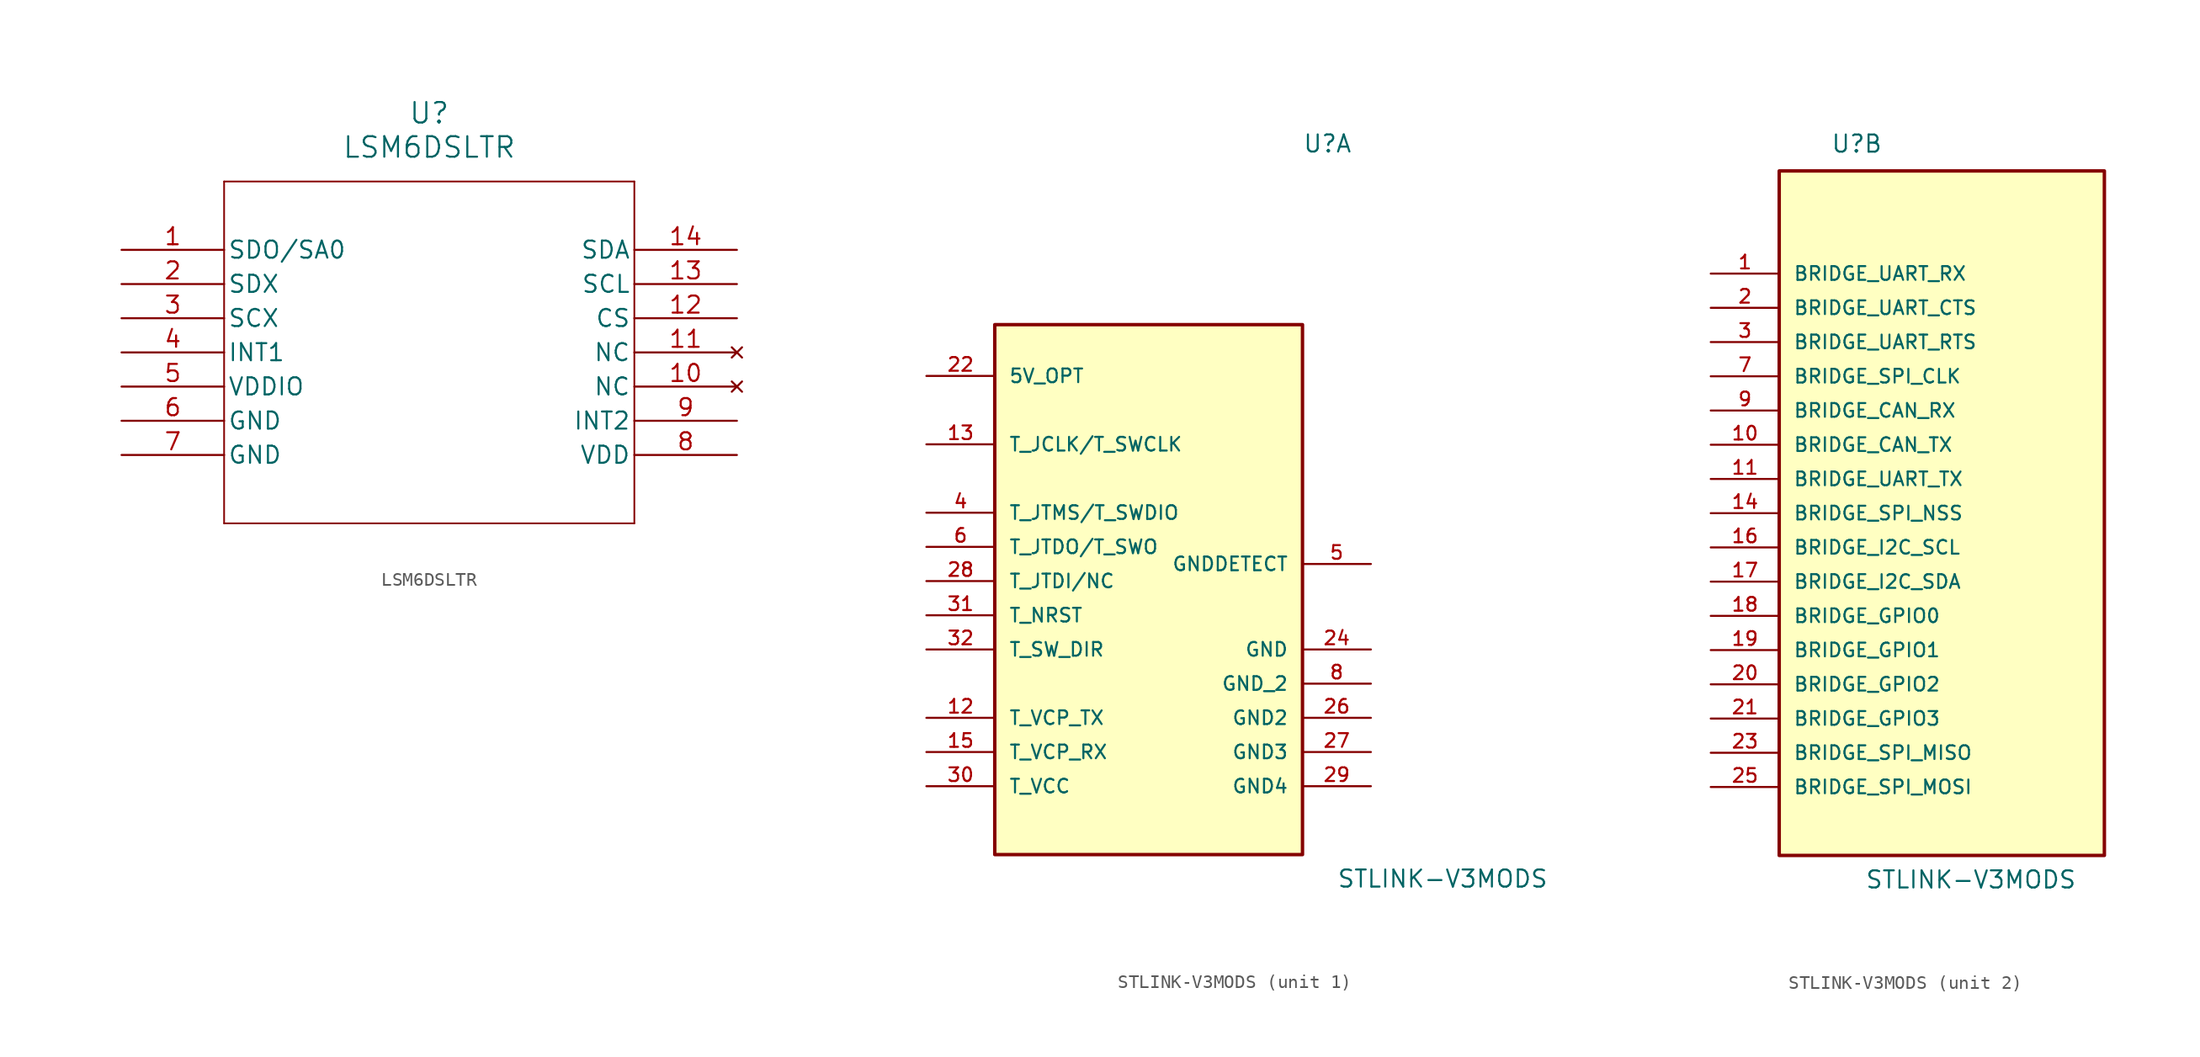
<source format=kicad_sym>
(kicad_symbol_lib
  (version 20220914)
  (generator kicad_symbol_editor)
  (symbol "LSM6DSLTR"
    (pin_names
      (offset 0.254))
    (property "Reference" "U"
      (at 22.86 10.16 0)
      (effects (font (size 1.524 1.524))))
    (property "Value" "LSM6DSLTR"
      (at 22.86 7.62 0)
      (effects (font (size 1.524 1.524))))
    (property "ki_locked" ""
      (at 0 0 0)
      (effects (font (size 1.27 1.27))))
    (symbol "LSM6DSLTR_0_1"
      (polyline (pts (xy 7.62 -20.32) (xy 38.1 -20.32)) (stroke (width 0.127) (type default)) (fill (type none)))
      (polyline (pts (xy 7.62 5.08) (xy 7.62 -20.32)) (stroke (width 0.127) (type default)) (fill (type none)))
      (polyline (pts (xy 38.1 -20.32) (xy 38.1 5.08)) (stroke (width 0.127) (type default)) (fill (type none)))
      (polyline (pts (xy 38.1 5.08) (xy 7.62 5.08)) (stroke (width 0.127) (type default)) (fill (type none)))
      (pin no_connect line (at 45.72 -10.16 180) (length 7.62) (name "NC" (effects (font (size 1.27 1.27)))) (number "10" (effects (font (size 1.27 1.27)))))
      (pin no_connect line (at 45.72 -7.62 180) (length 7.62) (name "NC" (effects (font (size 1.27 1.27)))) (number "11" (effects (font (size 1.27 1.27)))))
      (pin power_in line (at 0 -10.16 0) (length 7.62) (name "VDDIO" (effects (font (size 1.27 1.27)))) (number "5" (effects (font (size 1.27 1.27)))))
      (pin power_in line (at 0 -12.7 0) (length 7.62) (name "GND" (effects (font (size 1.27 1.27)))) (number "6" (effects (font (size 1.27 1.27)))))
      (pin power_in line (at 0 -15.24 0) (length 7.62) (name "GND" (effects (font (size 1.27 1.27)))) (number "7" (effects (font (size 1.27 1.27)))))
      (pin power_in line (at 45.72 -15.24 180) (length 7.62) (name "VDD" (effects (font (size 1.27 1.27)))) (number "8" (effects (font (size 1.27 1.27))))))
    (symbol "LSM6DSLTR_1_1"
      (pin input line (at 0 0 0) (length 7.62) (name "SDO/SA0" (effects (font (size 1.27 1.27)))) (number "1" (effects (font (size 1.27 1.27)))))
      (pin input line (at 45.72 -5.08 180) (length 7.62) (name "CS" (effects (font (size 1.27 1.27)))) (number "12" (effects (font (size 1.27 1.27)))))
      (pin input line (at 45.72 -2.54 180) (length 7.62) (name "SCL" (effects (font (size 1.27 1.27)))) (number "13" (effects (font (size 1.27 1.27)))))
      (pin bidirectional line (at 45.72 0 180) (length 7.62) (name "SDA" (effects (font (size 1.27 1.27)))) (number "14" (effects (font (size 1.27 1.27)))))
      (pin input line (at 0 -2.54 0) (length 7.62) (name "SDX" (effects (font (size 1.27 1.27)))) (number "2" (effects (font (size 1.27 1.27)))))
      (pin input line (at 0 -5.08 0) (length 7.62) (name "SCX" (effects (font (size 1.27 1.27)))) (number "3" (effects (font (size 1.27 1.27)))))
      (pin output line (at 0 -7.62 0) (length 7.62) (name "INT1" (effects (font (size 1.27 1.27)))) (number "4" (effects (font (size 1.27 1.27)))))
      (pin output line (at 45.72 -12.7 180) (length 7.62) (name "INT2" (effects (font (size 1.27 1.27)))) (number "9" (effects (font (size 1.27 1.27)))))))
  (symbol "STLINK-V3MODS"
    (pin_names
      (offset 1.016))
    (property "Reference" "U"
      (at -12.7 26.67 0)
      (effects (font (size 1.27 1.27)) (justify left bottom)))
    (property "Value" "STLINK-V3MODS"
      (at -10.16 -27.94 0)
      (effects (font (size 1.27 1.27)) (justify left bottom)))
    (property "ki_locked" ""
      (at 0 0 0)
      (effects (font (size 1.27 1.27))))
    (symbol "STLINK-V3MODS_1_0"
      (rectangle (start -35.56 13.97) (end -12.7 -25.4) (stroke (width 0.254) (type solid)) (fill (type background)))
      (pin passive line (at -40.64 -15.24 0) (length 5.08) (name "T_VCP_TX" (effects (font (size 1.016 1.016)))) (number "12" (effects (font (size 1.016 1.016)))))
      (pin passive line (at -40.64 5.08 0) (length 5.08) (name "T_JCLK/T_SWCLK" (effects (font (size 1.016 1.016)))) (number "13" (effects (font (size 1.016 1.016)))))
      (pin passive line (at -40.64 -17.78 0) (length 5.08) (name "T_VCP_RX" (effects (font (size 1.016 1.016)))) (number "15" (effects (font (size 1.016 1.016)))))
      (pin passive line (at -40.64 10.16 0) (length 5.08) (name "5V_OPT" (effects (font (size 1.016 1.016)))) (number "22" (effects (font (size 1.016 1.016)))))
      (pin power_in line (at -7.62 -10.16 180) (length 5.08) (name "GND" (effects (font (size 1.016 1.016)))) (number "24" (effects (font (size 1.016 1.016)))))
      (pin power_in line (at -7.62 -15.24 180) (length 5.08) (name "GND2" (effects (font (size 1.016 1.016)))) (number "26" (effects (font (size 1.016 1.016)))))
      (pin power_in line (at -7.62 -17.78 180) (length 5.08) (name "GND3" (effects (font (size 1.016 1.016)))) (number "27" (effects (font (size 1.016 1.016)))))
      (pin passive line (at -40.64 -5.08 0) (length 5.08) (name "T_JTDI/NC" (effects (font (size 1.016 1.016)))) (number "28" (effects (font (size 1.016 1.016)))))
      (pin power_in line (at -7.62 -20.32 180) (length 5.08) (name "GND4" (effects (font (size 1.016 1.016)))) (number "29" (effects (font (size 1.016 1.016)))))
      (pin passive line (at -40.64 -20.32 0) (length 5.08) (name "T_VCC" (effects (font (size 1.016 1.016)))) (number "30" (effects (font (size 1.016 1.016)))))
      (pin passive line (at -40.64 -7.62 0) (length 5.08) (name "T_NRST" (effects (font (size 1.016 1.016)))) (number "31" (effects (font (size 1.016 1.016)))))
      (pin passive line (at -40.64 -10.16 0) (length 5.08) (name "T_SW_DIR" (effects (font (size 1.016 1.016)))) (number "32" (effects (font (size 1.016 1.016)))))
      (pin passive line (at -40.64 0 0) (length 5.08) (name "T_JTMS/T_SWDIO" (effects (font (size 1.016 1.016)))) (number "4" (effects (font (size 1.016 1.016)))))
      (pin power_in line (at -7.62 -3.81 180) (length 5.08) (name "GNDDETECT" (effects (font (size 1.016 1.016)))) (number "5" (effects (font (size 1.016 1.016)))))
      (pin passive line (at -40.64 -2.54 0) (length 5.08) (name "T_JTDO/T_SWO" (effects (font (size 1.016 1.016)))) (number "6" (effects (font (size 1.016 1.016)))))
      (pin power_in line (at -7.62 -12.7 180) (length 5.08) (name "GND_2" (effects (font (size 1.016 1.016)))) (number "8" (effects (font (size 1.016 1.016))))))
    (symbol "STLINK-V3MODS_2_0"
      (rectangle (start -16.51 25.4) (end 7.62 -25.4) (stroke (width 0.254) (type solid)) (fill (type background)))
      (pin passive line (at -21.59 17.78 0) (length 5.08) (name "BRIDGE_UART_RX" (effects (font (size 1.016 1.016)))) (number "1" (effects (font (size 1.016 1.016)))))
      (pin passive line (at -21.59 5.08 0) (length 5.08) (name "BRIDGE_CAN_TX" (effects (font (size 1.016 1.016)))) (number "10" (effects (font (size 1.016 1.016)))))
      (pin passive line (at -21.59 2.54 0) (length 5.08) (name "BRIDGE_UART_TX" (effects (font (size 1.016 1.016)))) (number "11" (effects (font (size 1.016 1.016)))))
      (pin passive line (at -21.59 0 0) (length 5.08) (name "BRIDGE_SPI_NSS" (effects (font (size 1.016 1.016)))) (number "14" (effects (font (size 1.016 1.016)))))
      (pin bidirectional line (at -21.59 -2.54 0) (length 5.08) (name "BRIDGE_I2C_SCL" (effects (font (size 1.016 1.016)))) (number "16" (effects (font (size 1.016 1.016)))))
      (pin bidirectional line (at -21.59 -5.08 0) (length 5.08) (name "BRIDGE_I2C_SDA" (effects (font (size 1.016 1.016)))) (number "17" (effects (font (size 1.016 1.016)))))
      (pin bidirectional line (at -21.59 -7.62 0) (length 5.08) (name "BRIDGE_GPIO0" (effects (font (size 1.016 1.016)))) (number "18" (effects (font (size 1.016 1.016)))))
      (pin bidirectional line (at -21.59 -10.16 0) (length 5.08) (name "BRIDGE_GPIO1" (effects (font (size 1.016 1.016)))) (number "19" (effects (font (size 1.016 1.016)))))
      (pin passive line (at -21.59 15.24 0) (length 5.08) (name "BRIDGE_UART_CTS" (effects (font (size 1.016 1.016)))) (number "2" (effects (font (size 1.016 1.016)))))
      (pin bidirectional line (at -21.59 -12.7 0) (length 5.08) (name "BRIDGE_GPIO2" (effects (font (size 1.016 1.016)))) (number "20" (effects (font (size 1.016 1.016)))))
      (pin bidirectional line (at -21.59 -15.24 0) (length 5.08) (name "BRIDGE_GPIO3" (effects (font (size 1.016 1.016)))) (number "21" (effects (font (size 1.016 1.016)))))
      (pin passive line (at -21.59 -17.78 0) (length 5.08) (name "BRIDGE_SPI_MISO" (effects (font (size 1.016 1.016)))) (number "23" (effects (font (size 1.016 1.016)))))
      (pin passive line (at -21.59 -20.32 0) (length 5.08) (name "BRIDGE_SPI_MOSI" (effects (font (size 1.016 1.016)))) (number "25" (effects (font (size 1.016 1.016)))))
      (pin passive line (at -21.59 12.7 0) (length 5.08) (name "BRIDGE_UART_RTS" (effects (font (size 1.016 1.016)))) (number "3" (effects (font (size 1.016 1.016)))))
      (pin passive line (at -21.59 10.16 0) (length 5.08) (name "BRIDGE_SPI_CLK" (effects (font (size 1.016 1.016)))) (number "7" (effects (font (size 1.016 1.016)))))
      (pin passive line (at -21.59 7.62 0) (length 5.08) (name "BRIDGE_CAN_RX" (effects (font (size 1.016 1.016)))) (number "9" (effects (font (size 1.016 1.016))))))))
</source>
